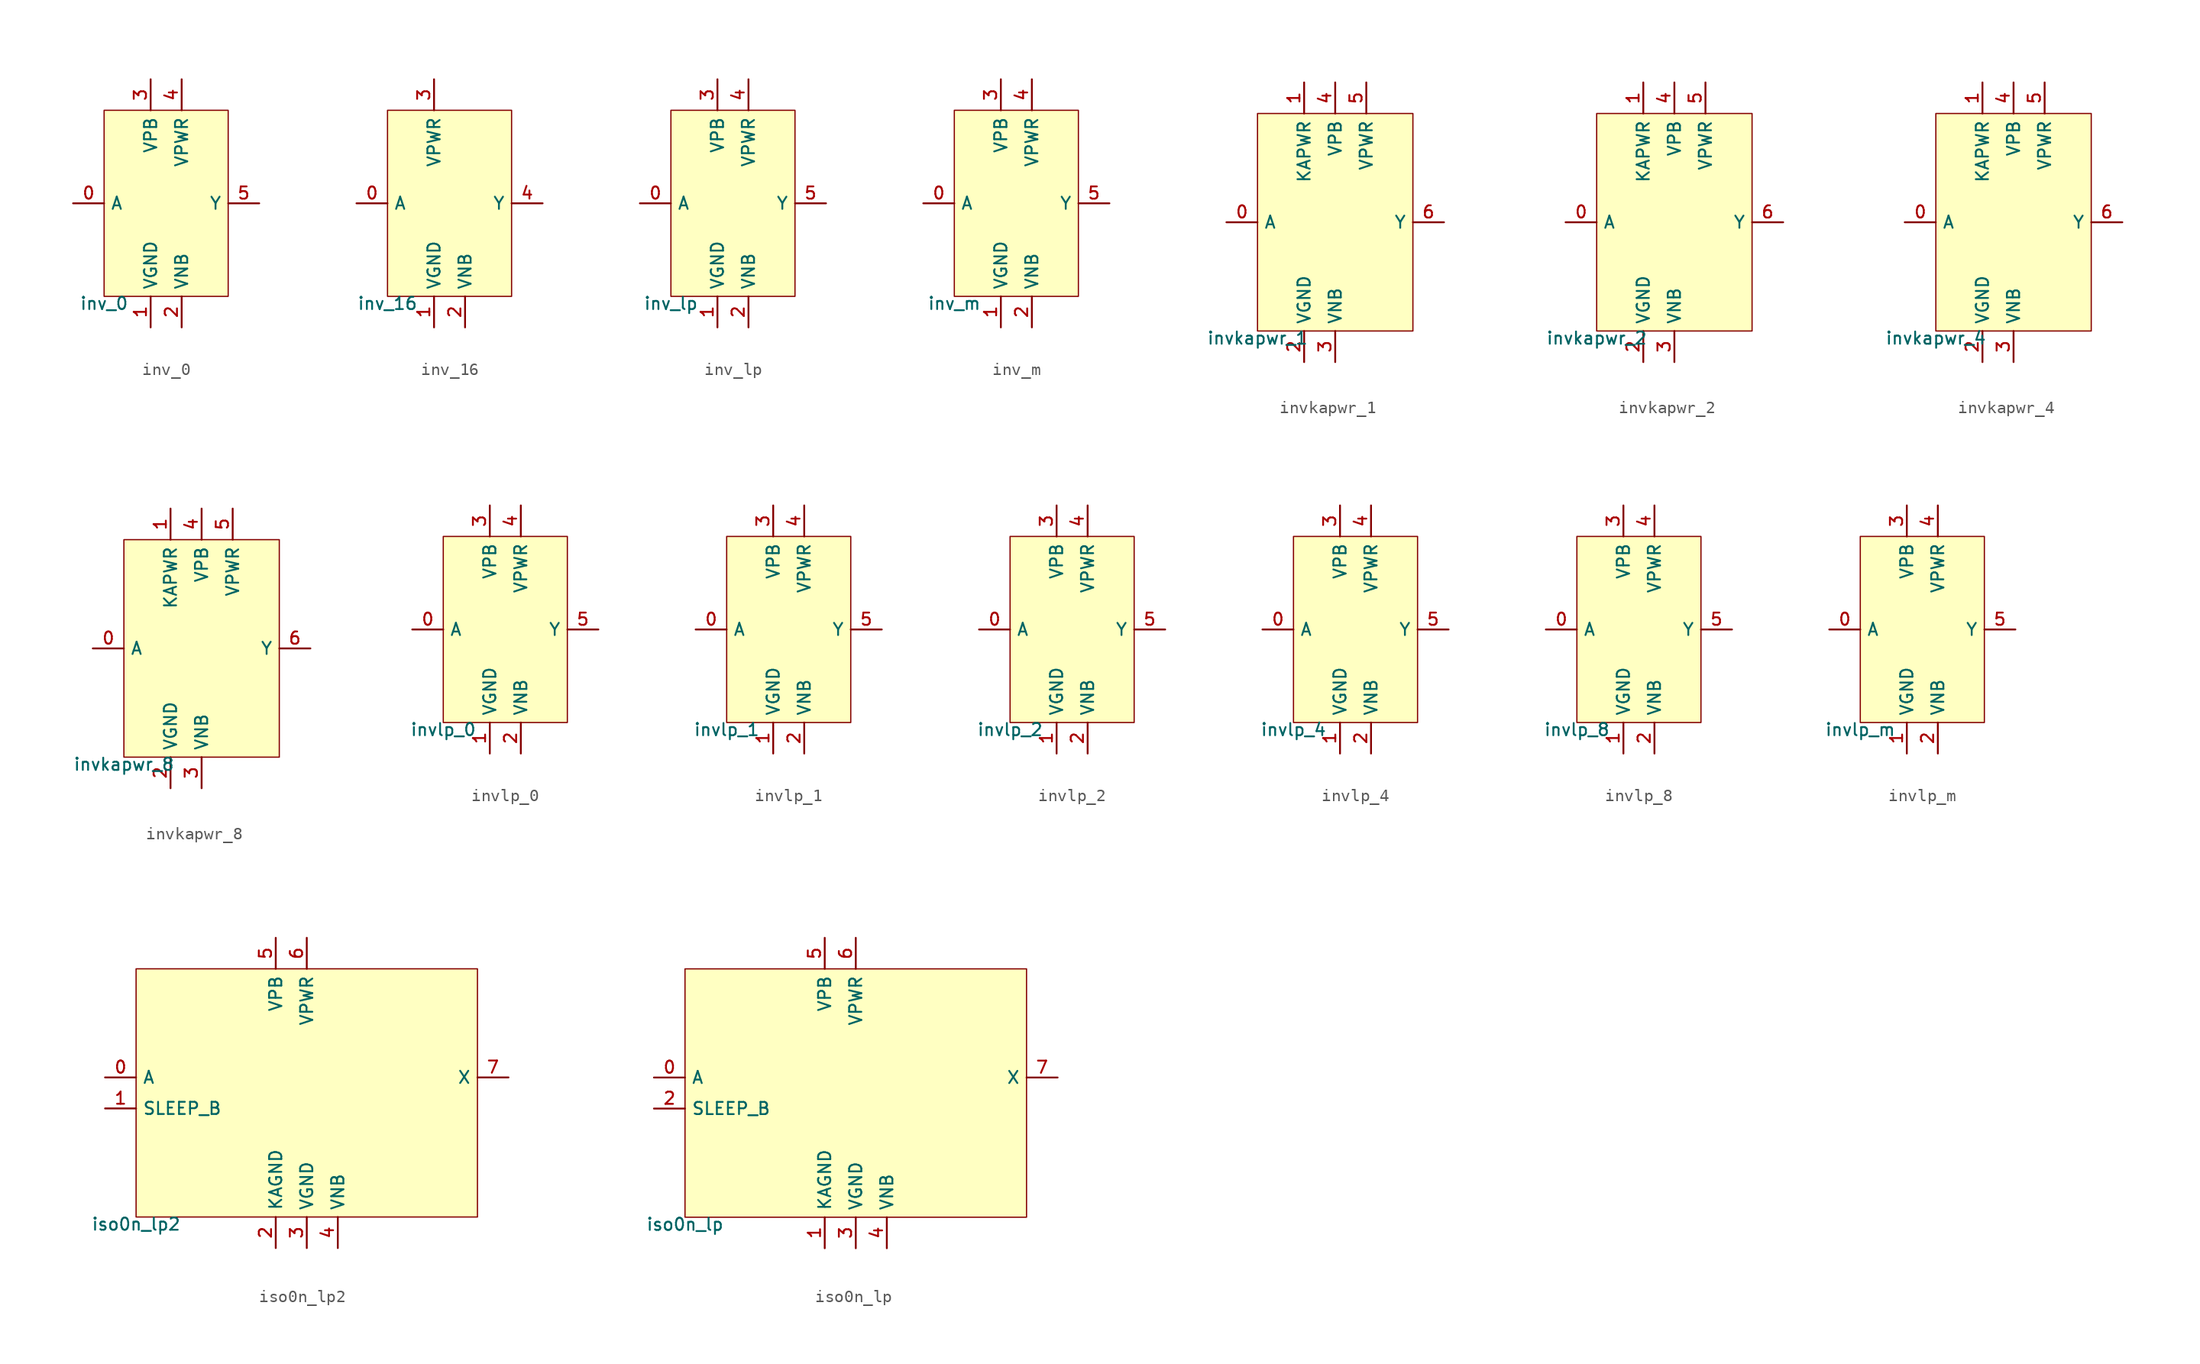
<source format=kicad_sym>
(kicad_symbol_lib
  (version 20211014)
  (generator pdk2kicad)
  (symbol "inv_0"
    (property "Reference" "X"
      (at 0 0 0)
      (effects (font (size 1 1)) hide))
    (property "Value" "inv_0"
      (at -5.08 -7.62 0)
      (effects (font (size 1 1)) (justify top)))
    (rectangle
      (start -5.08 -7.62)
      (end 5.08 7.62)
      (stroke (width 0.1) (type solid) (color 0 0 0 0))
      (fill (type background)))
    (pin input line
      (at -7.62 0.0 0)
      (length 2.54)
      (name "A" (effects (font (size 1 1)) hide))
      (number "0" (effects (font (size 1 1)) hide)))
    (pin power_in line
      (at -1.27 -10.16 90)
      (length 2.54)
      (name "VGND" (effects (font (size 1 1)) hide))
      (number "1" (effects (font (size 1 1)) hide)))
    (pin power_in line
      (at 1.27 -10.16 90)
      (length 2.54)
      (name "VNB" (effects (font (size 1 1)) hide))
      (number "2" (effects (font (size 1 1)) hide)))
    (pin power_in line
      (at -1.27 10.16 270)
      (length 2.54)
      (name "VPB" (effects (font (size 1 1)) hide))
      (number "3" (effects (font (size 1 1)) hide)))
    (pin power_in line
      (at 1.27 10.16 270)
      (length 2.54)
      (name "VPWR" (effects (font (size 1 1)) hide))
      (number "4" (effects (font (size 1 1)) hide)))
    (pin output line
      (at 7.62 0.0 180)
      (length 2.54)
      (name "Y" (effects (font (size 1 1)) hide))
      (number "5" (effects (font (size 1 1)) hide))))
  (symbol "inv_16"
    (property "Reference" "X"
      (at 0 0 0)
      (effects (font (size 1 1)) hide))
    (property "Value" "inv_16"
      (at -5.08 -7.62 0)
      (effects (font (size 1 1)) (justify top)))
    (rectangle
      (start -5.08 -7.62)
      (end 5.08 7.62)
      (stroke (width 0.1) (type solid) (color 0 0 0 0))
      (fill (type background)))
    (pin input line
      (at -7.62 0.0 0)
      (length 2.54)
      (name "A" (effects (font (size 1 1)) hide))
      (number "0" (effects (font (size 1 1)) hide)))
    (pin power_in line
      (at -1.27 -10.16 90)
      (length 2.54)
      (name "VGND" (effects (font (size 1 1)) hide))
      (number "1" (effects (font (size 1 1)) hide)))
    (pin power_in line
      (at 1.27 -10.16 90)
      (length 2.54)
      (name "VNB" (effects (font (size 1 1)) hide))
      (number "2" (effects (font (size 1 1)) hide)))
    (pin power_in line
      (at -1.27 10.16 270)
      (length 2.54)
      (name "VPWR" (effects (font (size 1 1)) hide))
      (number "3" (effects (font (size 1 1)) hide)))
    (pin output line
      (at 7.62 0.0 180)
      (length 2.54)
      (name "Y" (effects (font (size 1 1)) hide))
      (number "4" (effects (font (size 1 1)) hide))))
  (symbol "inv_lp"
    (property "Reference" "X"
      (at 0 0 0)
      (effects (font (size 1 1)) hide))
    (property "Value" "inv_lp"
      (at -5.08 -7.62 0)
      (effects (font (size 1 1)) (justify top)))
    (rectangle
      (start -5.08 -7.62)
      (end 5.08 7.62)
      (stroke (width 0.1) (type solid) (color 0 0 0 0))
      (fill (type background)))
    (pin input line
      (at -7.62 0.0 0)
      (length 2.54)
      (name "A" (effects (font (size 1 1)) hide))
      (number "0" (effects (font (size 1 1)) hide)))
    (pin power_in line
      (at -1.27 -10.16 90)
      (length 2.54)
      (name "VGND" (effects (font (size 1 1)) hide))
      (number "1" (effects (font (size 1 1)) hide)))
    (pin power_in line
      (at 1.27 -10.16 90)
      (length 2.54)
      (name "VNB" (effects (font (size 1 1)) hide))
      (number "2" (effects (font (size 1 1)) hide)))
    (pin power_in line
      (at -1.27 10.16 270)
      (length 2.54)
      (name "VPB" (effects (font (size 1 1)) hide))
      (number "3" (effects (font (size 1 1)) hide)))
    (pin power_in line
      (at 1.27 10.16 270)
      (length 2.54)
      (name "VPWR" (effects (font (size 1 1)) hide))
      (number "4" (effects (font (size 1 1)) hide)))
    (pin output line
      (at 7.62 0.0 180)
      (length 2.54)
      (name "Y" (effects (font (size 1 1)) hide))
      (number "5" (effects (font (size 1 1)) hide))))
  (symbol "inv_m"
    (property "Reference" "X"
      (at 0 0 0)
      (effects (font (size 1 1)) hide))
    (property "Value" "inv_m"
      (at -5.08 -7.62 0)
      (effects (font (size 1 1)) (justify top)))
    (rectangle
      (start -5.08 -7.62)
      (end 5.08 7.62)
      (stroke (width 0.1) (type solid) (color 0 0 0 0))
      (fill (type background)))
    (pin input line
      (at -7.62 0.0 0)
      (length 2.54)
      (name "A" (effects (font (size 1 1)) hide))
      (number "0" (effects (font (size 1 1)) hide)))
    (pin power_in line
      (at -1.27 -10.16 90)
      (length 2.54)
      (name "VGND" (effects (font (size 1 1)) hide))
      (number "1" (effects (font (size 1 1)) hide)))
    (pin power_in line
      (at 1.27 -10.16 90)
      (length 2.54)
      (name "VNB" (effects (font (size 1 1)) hide))
      (number "2" (effects (font (size 1 1)) hide)))
    (pin power_in line
      (at -1.27 10.16 270)
      (length 2.54)
      (name "VPB" (effects (font (size 1 1)) hide))
      (number "3" (effects (font (size 1 1)) hide)))
    (pin power_in line
      (at 1.27 10.16 270)
      (length 2.54)
      (name "VPWR" (effects (font (size 1 1)) hide))
      (number "4" (effects (font (size 1 1)) hide)))
    (pin output line
      (at 7.62 0.0 180)
      (length 2.54)
      (name "Y" (effects (font (size 1 1)) hide))
      (number "5" (effects (font (size 1 1)) hide))))
  (symbol "invkapwr_1"
    (property "Reference" "X"
      (at 0 0 0)
      (effects (font (size 1 1)) hide))
    (property "Value" "invkapwr_1"
      (at -6.35 -8.89 0)
      (effects (font (size 1 1)) (justify top)))
    (rectangle
      (start -6.35 -8.89)
      (end 6.35 8.89)
      (stroke (width 0.1) (type solid) (color 0 0 0 0))
      (fill (type background)))
    (pin input line
      (at -8.89 8.881784197001252e-16 0)
      (length 2.54)
      (name "A" (effects (font (size 1 1)) hide))
      (number "0" (effects (font (size 1 1)) hide)))
    (pin power_in line
      (at -2.54 11.43 270)
      (length 2.54)
      (name "KAPWR" (effects (font (size 1 1)) hide))
      (number "1" (effects (font (size 1 1)) hide)))
    (pin power_in line
      (at -2.54 -11.43 90)
      (length 2.54)
      (name "VGND" (effects (font (size 1 1)) hide))
      (number "2" (effects (font (size 1 1)) hide)))
    (pin power_in line
      (at 4.440892098500626e-16 -11.43 90)
      (length 2.54)
      (name "VNB" (effects (font (size 1 1)) hide))
      (number "3" (effects (font (size 1 1)) hide)))
    (pin power_in line
      (at 4.440892098500626e-16 11.43 270)
      (length 2.54)
      (name "VPB" (effects (font (size 1 1)) hide))
      (number "4" (effects (font (size 1 1)) hide)))
    (pin power_in line
      (at 2.54 11.43 270)
      (length 2.54)
      (name "VPWR" (effects (font (size 1 1)) hide))
      (number "5" (effects (font (size 1 1)) hide)))
    (pin output line
      (at 8.89 8.881784197001252e-16 180)
      (length 2.54)
      (name "Y" (effects (font (size 1 1)) hide))
      (number "6" (effects (font (size 1 1)) hide))))
  (symbol "invkapwr_2"
    (property "Reference" "X"
      (at 0 0 0)
      (effects (font (size 1 1)) hide))
    (property "Value" "invkapwr_2"
      (at -6.35 -8.89 0)
      (effects (font (size 1 1)) (justify top)))
    (rectangle
      (start -6.35 -8.89)
      (end 6.35 8.89)
      (stroke (width 0.1) (type solid) (color 0 0 0 0))
      (fill (type background)))
    (pin input line
      (at -8.89 8.881784197001252e-16 0)
      (length 2.54)
      (name "A" (effects (font (size 1 1)) hide))
      (number "0" (effects (font (size 1 1)) hide)))
    (pin power_in line
      (at -2.54 11.43 270)
      (length 2.54)
      (name "KAPWR" (effects (font (size 1 1)) hide))
      (number "1" (effects (font (size 1 1)) hide)))
    (pin power_in line
      (at -2.54 -11.43 90)
      (length 2.54)
      (name "VGND" (effects (font (size 1 1)) hide))
      (number "2" (effects (font (size 1 1)) hide)))
    (pin power_in line
      (at 4.440892098500626e-16 -11.43 90)
      (length 2.54)
      (name "VNB" (effects (font (size 1 1)) hide))
      (number "3" (effects (font (size 1 1)) hide)))
    (pin power_in line
      (at 4.440892098500626e-16 11.43 270)
      (length 2.54)
      (name "VPB" (effects (font (size 1 1)) hide))
      (number "4" (effects (font (size 1 1)) hide)))
    (pin power_in line
      (at 2.54 11.43 270)
      (length 2.54)
      (name "VPWR" (effects (font (size 1 1)) hide))
      (number "5" (effects (font (size 1 1)) hide)))
    (pin output line
      (at 8.89 8.881784197001252e-16 180)
      (length 2.54)
      (name "Y" (effects (font (size 1 1)) hide))
      (number "6" (effects (font (size 1 1)) hide))))
  (symbol "invkapwr_4"
    (property "Reference" "X"
      (at 0 0 0)
      (effects (font (size 1 1)) hide))
    (property "Value" "invkapwr_4"
      (at -6.35 -8.89 0)
      (effects (font (size 1 1)) (justify top)))
    (rectangle
      (start -6.35 -8.89)
      (end 6.35 8.89)
      (stroke (width 0.1) (type solid) (color 0 0 0 0))
      (fill (type background)))
    (pin input line
      (at -8.89 8.881784197001252e-16 0)
      (length 2.54)
      (name "A" (effects (font (size 1 1)) hide))
      (number "0" (effects (font (size 1 1)) hide)))
    (pin power_in line
      (at -2.54 11.43 270)
      (length 2.54)
      (name "KAPWR" (effects (font (size 1 1)) hide))
      (number "1" (effects (font (size 1 1)) hide)))
    (pin power_in line
      (at -2.54 -11.43 90)
      (length 2.54)
      (name "VGND" (effects (font (size 1 1)) hide))
      (number "2" (effects (font (size 1 1)) hide)))
    (pin power_in line
      (at 4.440892098500626e-16 -11.43 90)
      (length 2.54)
      (name "VNB" (effects (font (size 1 1)) hide))
      (number "3" (effects (font (size 1 1)) hide)))
    (pin power_in line
      (at 4.440892098500626e-16 11.43 270)
      (length 2.54)
      (name "VPB" (effects (font (size 1 1)) hide))
      (number "4" (effects (font (size 1 1)) hide)))
    (pin power_in line
      (at 2.54 11.43 270)
      (length 2.54)
      (name "VPWR" (effects (font (size 1 1)) hide))
      (number "5" (effects (font (size 1 1)) hide)))
    (pin output line
      (at 8.89 8.881784197001252e-16 180)
      (length 2.54)
      (name "Y" (effects (font (size 1 1)) hide))
      (number "6" (effects (font (size 1 1)) hide))))
  (symbol "invkapwr_8"
    (property "Reference" "X"
      (at 0 0 0)
      (effects (font (size 1 1)) hide))
    (property "Value" "invkapwr_8"
      (at -6.35 -8.89 0)
      (effects (font (size 1 1)) (justify top)))
    (rectangle
      (start -6.35 -8.89)
      (end 6.35 8.89)
      (stroke (width 0.1) (type solid) (color 0 0 0 0))
      (fill (type background)))
    (pin input line
      (at -8.89 8.881784197001252e-16 0)
      (length 2.54)
      (name "A" (effects (font (size 1 1)) hide))
      (number "0" (effects (font (size 1 1)) hide)))
    (pin power_in line
      (at -2.54 11.43 270)
      (length 2.54)
      (name "KAPWR" (effects (font (size 1 1)) hide))
      (number "1" (effects (font (size 1 1)) hide)))
    (pin power_in line
      (at -2.54 -11.43 90)
      (length 2.54)
      (name "VGND" (effects (font (size 1 1)) hide))
      (number "2" (effects (font (size 1 1)) hide)))
    (pin power_in line
      (at 4.440892098500626e-16 -11.43 90)
      (length 2.54)
      (name "VNB" (effects (font (size 1 1)) hide))
      (number "3" (effects (font (size 1 1)) hide)))
    (pin power_in line
      (at 4.440892098500626e-16 11.43 270)
      (length 2.54)
      (name "VPB" (effects (font (size 1 1)) hide))
      (number "4" (effects (font (size 1 1)) hide)))
    (pin power_in line
      (at 2.54 11.43 270)
      (length 2.54)
      (name "VPWR" (effects (font (size 1 1)) hide))
      (number "5" (effects (font (size 1 1)) hide)))
    (pin output line
      (at 8.89 8.881784197001252e-16 180)
      (length 2.54)
      (name "Y" (effects (font (size 1 1)) hide))
      (number "6" (effects (font (size 1 1)) hide))))
  (symbol "invlp_0"
    (property "Reference" "X"
      (at 0 0 0)
      (effects (font (size 1 1)) hide))
    (property "Value" "invlp_0"
      (at -5.08 -7.62 0)
      (effects (font (size 1 1)) (justify top)))
    (rectangle
      (start -5.08 -7.62)
      (end 5.08 7.62)
      (stroke (width 0.1) (type solid) (color 0 0 0 0))
      (fill (type background)))
    (pin input line
      (at -7.62 0.0 0)
      (length 2.54)
      (name "A" (effects (font (size 1 1)) hide))
      (number "0" (effects (font (size 1 1)) hide)))
    (pin power_in line
      (at -1.27 -10.16 90)
      (length 2.54)
      (name "VGND" (effects (font (size 1 1)) hide))
      (number "1" (effects (font (size 1 1)) hide)))
    (pin power_in line
      (at 1.27 -10.16 90)
      (length 2.54)
      (name "VNB" (effects (font (size 1 1)) hide))
      (number "2" (effects (font (size 1 1)) hide)))
    (pin power_in line
      (at -1.27 10.16 270)
      (length 2.54)
      (name "VPB" (effects (font (size 1 1)) hide))
      (number "3" (effects (font (size 1 1)) hide)))
    (pin power_in line
      (at 1.27 10.16 270)
      (length 2.54)
      (name "VPWR" (effects (font (size 1 1)) hide))
      (number "4" (effects (font (size 1 1)) hide)))
    (pin output line
      (at 7.62 0.0 180)
      (length 2.54)
      (name "Y" (effects (font (size 1 1)) hide))
      (number "5" (effects (font (size 1 1)) hide))))
  (symbol "invlp_1"
    (property "Reference" "X"
      (at 0 0 0)
      (effects (font (size 1 1)) hide))
    (property "Value" "invlp_1"
      (at -5.08 -7.62 0)
      (effects (font (size 1 1)) (justify top)))
    (rectangle
      (start -5.08 -7.62)
      (end 5.08 7.62)
      (stroke (width 0.1) (type solid) (color 0 0 0 0))
      (fill (type background)))
    (pin input line
      (at -7.62 0.0 0)
      (length 2.54)
      (name "A" (effects (font (size 1 1)) hide))
      (number "0" (effects (font (size 1 1)) hide)))
    (pin power_in line
      (at -1.27 -10.16 90)
      (length 2.54)
      (name "VGND" (effects (font (size 1 1)) hide))
      (number "1" (effects (font (size 1 1)) hide)))
    (pin power_in line
      (at 1.27 -10.16 90)
      (length 2.54)
      (name "VNB" (effects (font (size 1 1)) hide))
      (number "2" (effects (font (size 1 1)) hide)))
    (pin power_in line
      (at -1.27 10.16 270)
      (length 2.54)
      (name "VPB" (effects (font (size 1 1)) hide))
      (number "3" (effects (font (size 1 1)) hide)))
    (pin power_in line
      (at 1.27 10.16 270)
      (length 2.54)
      (name "VPWR" (effects (font (size 1 1)) hide))
      (number "4" (effects (font (size 1 1)) hide)))
    (pin output line
      (at 7.62 0.0 180)
      (length 2.54)
      (name "Y" (effects (font (size 1 1)) hide))
      (number "5" (effects (font (size 1 1)) hide))))
  (symbol "invlp_2"
    (property "Reference" "X"
      (at 0 0 0)
      (effects (font (size 1 1)) hide))
    (property "Value" "invlp_2"
      (at -5.08 -7.62 0)
      (effects (font (size 1 1)) (justify top)))
    (rectangle
      (start -5.08 -7.62)
      (end 5.08 7.62)
      (stroke (width 0.1) (type solid) (color 0 0 0 0))
      (fill (type background)))
    (pin input line
      (at -7.62 0.0 0)
      (length 2.54)
      (name "A" (effects (font (size 1 1)) hide))
      (number "0" (effects (font (size 1 1)) hide)))
    (pin power_in line
      (at -1.27 -10.16 90)
      (length 2.54)
      (name "VGND" (effects (font (size 1 1)) hide))
      (number "1" (effects (font (size 1 1)) hide)))
    (pin power_in line
      (at 1.27 -10.16 90)
      (length 2.54)
      (name "VNB" (effects (font (size 1 1)) hide))
      (number "2" (effects (font (size 1 1)) hide)))
    (pin power_in line
      (at -1.27 10.16 270)
      (length 2.54)
      (name "VPB" (effects (font (size 1 1)) hide))
      (number "3" (effects (font (size 1 1)) hide)))
    (pin power_in line
      (at 1.27 10.16 270)
      (length 2.54)
      (name "VPWR" (effects (font (size 1 1)) hide))
      (number "4" (effects (font (size 1 1)) hide)))
    (pin output line
      (at 7.62 0.0 180)
      (length 2.54)
      (name "Y" (effects (font (size 1 1)) hide))
      (number "5" (effects (font (size 1 1)) hide))))
  (symbol "invlp_4"
    (property "Reference" "X"
      (at 0 0 0)
      (effects (font (size 1 1)) hide))
    (property "Value" "invlp_4"
      (at -5.08 -7.62 0)
      (effects (font (size 1 1)) (justify top)))
    (rectangle
      (start -5.08 -7.62)
      (end 5.08 7.62)
      (stroke (width 0.1) (type solid) (color 0 0 0 0))
      (fill (type background)))
    (pin input line
      (at -7.62 0.0 0)
      (length 2.54)
      (name "A" (effects (font (size 1 1)) hide))
      (number "0" (effects (font (size 1 1)) hide)))
    (pin power_in line
      (at -1.27 -10.16 90)
      (length 2.54)
      (name "VGND" (effects (font (size 1 1)) hide))
      (number "1" (effects (font (size 1 1)) hide)))
    (pin power_in line
      (at 1.27 -10.16 90)
      (length 2.54)
      (name "VNB" (effects (font (size 1 1)) hide))
      (number "2" (effects (font (size 1 1)) hide)))
    (pin power_in line
      (at -1.27 10.16 270)
      (length 2.54)
      (name "VPB" (effects (font (size 1 1)) hide))
      (number "3" (effects (font (size 1 1)) hide)))
    (pin power_in line
      (at 1.27 10.16 270)
      (length 2.54)
      (name "VPWR" (effects (font (size 1 1)) hide))
      (number "4" (effects (font (size 1 1)) hide)))
    (pin output line
      (at 7.62 0.0 180)
      (length 2.54)
      (name "Y" (effects (font (size 1 1)) hide))
      (number "5" (effects (font (size 1 1)) hide))))
  (symbol "invlp_8"
    (property "Reference" "X"
      (at 0 0 0)
      (effects (font (size 1 1)) hide))
    (property "Value" "invlp_8"
      (at -5.08 -7.62 0)
      (effects (font (size 1 1)) (justify top)))
    (rectangle
      (start -5.08 -7.62)
      (end 5.08 7.62)
      (stroke (width 0.1) (type solid) (color 0 0 0 0))
      (fill (type background)))
    (pin input line
      (at -7.62 0.0 0)
      (length 2.54)
      (name "A" (effects (font (size 1 1)) hide))
      (number "0" (effects (font (size 1 1)) hide)))
    (pin power_in line
      (at -1.27 -10.16 90)
      (length 2.54)
      (name "VGND" (effects (font (size 1 1)) hide))
      (number "1" (effects (font (size 1 1)) hide)))
    (pin power_in line
      (at 1.27 -10.16 90)
      (length 2.54)
      (name "VNB" (effects (font (size 1 1)) hide))
      (number "2" (effects (font (size 1 1)) hide)))
    (pin power_in line
      (at -1.27 10.16 270)
      (length 2.54)
      (name "VPB" (effects (font (size 1 1)) hide))
      (number "3" (effects (font (size 1 1)) hide)))
    (pin power_in line
      (at 1.27 10.16 270)
      (length 2.54)
      (name "VPWR" (effects (font (size 1 1)) hide))
      (number "4" (effects (font (size 1 1)) hide)))
    (pin output line
      (at 7.62 0.0 180)
      (length 2.54)
      (name "Y" (effects (font (size 1 1)) hide))
      (number "5" (effects (font (size 1 1)) hide))))
  (symbol "invlp_m"
    (property "Reference" "X"
      (at 0 0 0)
      (effects (font (size 1 1)) hide))
    (property "Value" "invlp_m"
      (at -5.08 -7.62 0)
      (effects (font (size 1 1)) (justify top)))
    (rectangle
      (start -5.08 -7.62)
      (end 5.08 7.62)
      (stroke (width 0.1) (type solid) (color 0 0 0 0))
      (fill (type background)))
    (pin input line
      (at -7.62 0.0 0)
      (length 2.54)
      (name "A" (effects (font (size 1 1)) hide))
      (number "0" (effects (font (size 1 1)) hide)))
    (pin power_in line
      (at -1.27 -10.16 90)
      (length 2.54)
      (name "VGND" (effects (font (size 1 1)) hide))
      (number "1" (effects (font (size 1 1)) hide)))
    (pin power_in line
      (at 1.27 -10.16 90)
      (length 2.54)
      (name "VNB" (effects (font (size 1 1)) hide))
      (number "2" (effects (font (size 1 1)) hide)))
    (pin power_in line
      (at -1.27 10.16 270)
      (length 2.54)
      (name "VPB" (effects (font (size 1 1)) hide))
      (number "3" (effects (font (size 1 1)) hide)))
    (pin power_in line
      (at 1.27 10.16 270)
      (length 2.54)
      (name "VPWR" (effects (font (size 1 1)) hide))
      (number "4" (effects (font (size 1 1)) hide)))
    (pin output line
      (at 7.62 0.0 180)
      (length 2.54)
      (name "Y" (effects (font (size 1 1)) hide))
      (number "5" (effects (font (size 1 1)) hide))))
  (symbol "iso0n_lp2"
    (property "Reference" "X"
      (at 0 0 0)
      (effects (font (size 1 1)) hide))
    (property "Value" "iso0n_lp2"
      (at -13.97 -10.16 0)
      (effects (font (size 1 1)) (justify top)))
    (rectangle
      (start -13.97 -10.16)
      (end 13.97 10.16)
      (stroke (width 0.1) (type solid) (color 0 0 0 0))
      (fill (type background)))
    (pin input line
      (at -16.51 1.27 0)
      (length 2.54)
      (name "A" (effects (font (size 1 1)) hide))
      (number "0" (effects (font (size 1 1)) hide)))
    (pin input line
      (at -16.51 -1.27 0)
      (length 2.54)
      (name "SLEEP_B" (effects (font (size 1 1)) hide))
      (number "1" (effects (font (size 1 1)) hide)))
    (pin power_in line
      (at -2.54 -12.7 90)
      (length 2.54)
      (name "KAGND" (effects (font (size 1 1)) hide))
      (number "2" (effects (font (size 1 1)) hide)))
    (pin power_in line
      (at 0.0 -12.7 90)
      (length 2.54)
      (name "VGND" (effects (font (size 1 1)) hide))
      (number "3" (effects (font (size 1 1)) hide)))
    (pin power_in line
      (at 2.54 -12.7 90)
      (length 2.54)
      (name "VNB" (effects (font (size 1 1)) hide))
      (number "4" (effects (font (size 1 1)) hide)))
    (pin power_in line
      (at -2.54 12.7 270)
      (length 2.54)
      (name "VPB" (effects (font (size 1 1)) hide))
      (number "5" (effects (font (size 1 1)) hide)))
    (pin power_in line
      (at 0.0 12.7 270)
      (length 2.54)
      (name "VPWR" (effects (font (size 1 1)) hide))
      (number "6" (effects (font (size 1 1)) hide)))
    (pin output line
      (at 16.51 1.27 180)
      (length 2.54)
      (name "X" (effects (font (size 1 1)) hide))
      (number "7" (effects (font (size 1 1)) hide))))
  (symbol "iso0n_lp"
    (property "Reference" "X"
      (at 0 0 0)
      (effects (font (size 1 1)) hide))
    (property "Value" "iso0n_lp"
      (at -13.97 -10.16 0)
      (effects (font (size 1 1)) (justify top)))
    (rectangle
      (start -13.97 -10.16)
      (end 13.97 10.16)
      (stroke (width 0.1) (type solid) (color 0 0 0 0))
      (fill (type background)))
    (pin input line
      (at -16.51 1.27 0)
      (length 2.54)
      (name "A" (effects (font (size 1 1)) hide))
      (number "0" (effects (font (size 1 1)) hide)))
    (pin power_in line
      (at -2.54 -12.7 90)
      (length 2.54)
      (name "KAGND" (effects (font (size 1 1)) hide))
      (number "1" (effects (font (size 1 1)) hide)))
    (pin input line
      (at -16.51 -1.27 0)
      (length 2.54)
      (name "SLEEP_B" (effects (font (size 1 1)) hide))
      (number "2" (effects (font (size 1 1)) hide)))
    (pin power_in line
      (at 0.0 -12.7 90)
      (length 2.54)
      (name "VGND" (effects (font (size 1 1)) hide))
      (number "3" (effects (font (size 1 1)) hide)))
    (pin power_in line
      (at 2.54 -12.7 90)
      (length 2.54)
      (name "VNB" (effects (font (size 1 1)) hide))
      (number "4" (effects (font (size 1 1)) hide)))
    (pin power_in line
      (at -2.54 12.7 270)
      (length 2.54)
      (name "VPB" (effects (font (size 1 1)) hide))
      (number "5" (effects (font (size 1 1)) hide)))
    (pin power_in line
      (at 0.0 12.7 270)
      (length 2.54)
      (name "VPWR" (effects (font (size 1 1)) hide))
      (number "6" (effects (font (size 1 1)) hide)))
    (pin output line
      (at 16.51 1.27 180)
      (length 2.54)
      (name "X" (effects (font (size 1 1)) hide))
      (number "7" (effects (font (size 1 1)) hide)))))
</source>
